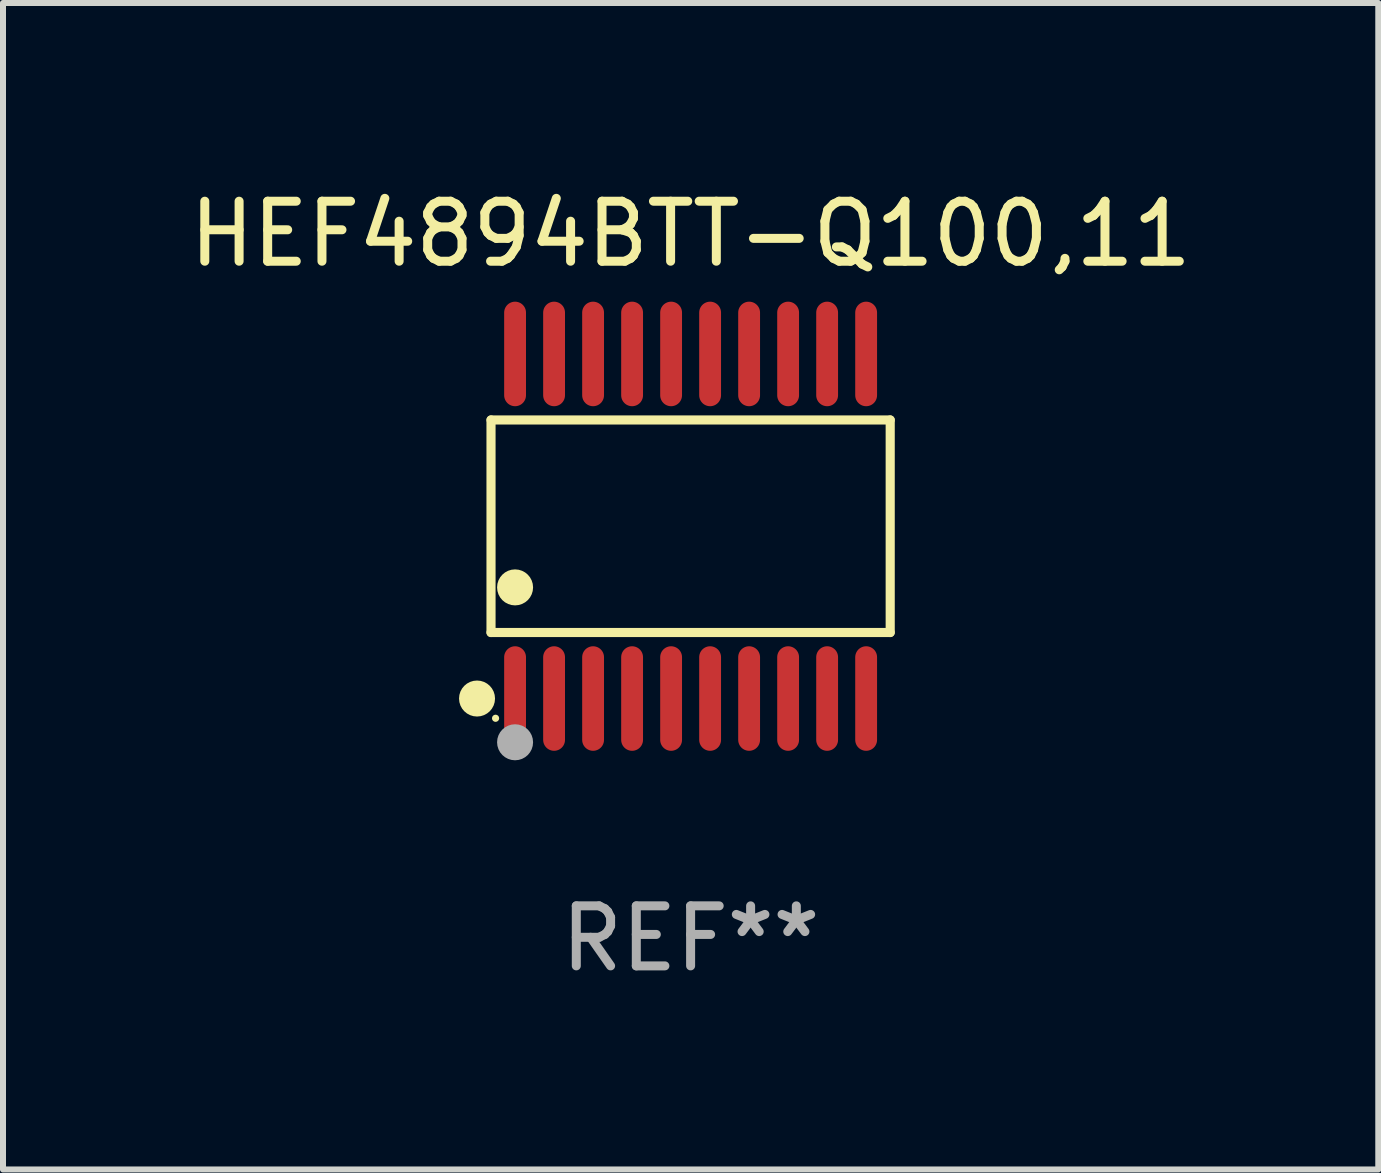
<source format=kicad_pcb>
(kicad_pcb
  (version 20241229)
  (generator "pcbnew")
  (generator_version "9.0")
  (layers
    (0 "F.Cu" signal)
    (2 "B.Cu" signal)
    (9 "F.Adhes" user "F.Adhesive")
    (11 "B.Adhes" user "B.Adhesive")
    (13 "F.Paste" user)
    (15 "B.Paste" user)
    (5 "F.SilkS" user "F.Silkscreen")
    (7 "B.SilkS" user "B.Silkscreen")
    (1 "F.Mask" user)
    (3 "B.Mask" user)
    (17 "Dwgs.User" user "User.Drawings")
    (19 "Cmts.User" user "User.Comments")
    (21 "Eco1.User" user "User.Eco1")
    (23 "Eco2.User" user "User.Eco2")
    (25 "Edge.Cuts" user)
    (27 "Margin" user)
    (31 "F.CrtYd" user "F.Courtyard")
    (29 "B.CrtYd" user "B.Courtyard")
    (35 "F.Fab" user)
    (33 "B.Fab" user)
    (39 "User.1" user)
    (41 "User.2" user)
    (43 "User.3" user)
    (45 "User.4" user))
  (footprint "HEF4894BTT-Q100,11"
    (layer "F.Cu")
    (at 8.458 5.719)
    (property "Reference" "HEF4894BTT-Q100,11" (at 0 -4.871 0) (layer "F.SilkS") (effects (font (size 1 1) (thickness 0.15))))
    (attr through_hole)
    (fp_line (start -3.326 -1.771) (end 3.326 -1.771) (stroke (width 0.152) (type solid)) (layer "F.SilkS"))
    (fp_line (start -3.326 1.771) (end -3.326 -1.771) (stroke (width 0.152) (type solid)) (layer "F.SilkS"))
    (fp_line (start 3.326 -1.771) (end 3.326 1.771) (stroke (width 0.152) (type solid)) (layer "F.SilkS"))
    (fp_line (start 3.326 1.771) (end -3.326 1.771) (stroke (width 0.152) (type solid)) (layer "F.SilkS"))
    (fp_circle (center -3.559 2.871) (end -3.409 2.871) (stroke (width 0.3) (type solid)) (fill no) (layer "F.SilkS"))
    (fp_circle (center -3.25 3.2) (end -3.22 3.2) (stroke (width 0.06) (type solid)) (fill no) (layer "F.SilkS"))
    (fp_circle (center -2.925 1.019) (end -2.775 1.019) (stroke (width 0.3) (type solid)) (fill no) (layer "F.SilkS"))
    (fp_circle (center -2.925 3.6) (end -2.775 3.6) (stroke (width 0.3) (type solid)) (fill no) (layer "F.Fab"))
    (fp_text user "REF**" (at 0 6.871 0) (layer "F.Fab") (effects (font (size 1 1) (thickness 0.15))))
    (pad "1" smd oval (at -2.925 2.871) (size 0.364 1.742) (layers "F.Cu" "F.Mask" "F.Paste"))
    (pad "2" smd oval (at -2.275 2.871) (size 0.364 1.742) (layers "F.Cu" "F.Mask" "F.Paste"))
    (pad "3" smd oval (at -1.625 2.871) (size 0.364 1.742) (layers "F.Cu" "F.Mask" "F.Paste"))
    (pad "4" smd oval (at -0.975 2.871) (size 0.364 1.742) (layers "F.Cu" "F.Mask" "F.Paste"))
    (pad "5" smd oval (at -0.325 2.871) (size 0.364 1.742) (layers "F.Cu" "F.Mask" "F.Paste"))
    (pad "6" smd oval (at 0.325 2.871) (size 0.364 1.742) (layers "F.Cu" "F.Mask" "F.Paste"))
    (pad "7" smd oval (at 0.975 2.871) (size 0.364 1.742) (layers "F.Cu" "F.Mask" "F.Paste"))
    (pad "8" smd oval (at 1.625 2.871) (size 0.364 1.742) (layers "F.Cu" "F.Mask" "F.Paste"))
    (pad "9" smd oval (at 2.275 2.871) (size 0.364 1.742) (layers "F.Cu" "F.Mask" "F.Paste"))
    (pad "10" smd oval (at 2.925 2.871) (size 0.364 1.742) (layers "F.Cu" "F.Mask" "F.Paste"))
    (pad "11" smd oval (at 2.925 -2.871) (size 0.364 1.742) (layers "F.Cu" "F.Mask" "F.Paste"))
    (pad "12" smd oval (at 2.275 -2.871) (size 0.364 1.742) (layers "F.Cu" "F.Mask" "F.Paste"))
    (pad "13" smd oval (at 1.625 -2.871) (size 0.364 1.742) (layers "F.Cu" "F.Mask" "F.Paste"))
    (pad "14" smd oval (at 0.975 -2.871) (size 0.364 1.742) (layers "F.Cu" "F.Mask" "F.Paste"))
    (pad "15" smd oval (at 0.325 -2.871) (size 0.364 1.742) (layers "F.Cu" "F.Mask" "F.Paste"))
    (pad "16" smd oval (at -0.325 -2.871) (size 0.364 1.742) (layers "F.Cu" "F.Mask" "F.Paste"))
    (pad "17" smd oval (at -0.975 -2.871) (size 0.364 1.742) (layers "F.Cu" "F.Mask" "F.Paste"))
    (pad "18" smd oval (at -1.625 -2.871) (size 0.364 1.742) (layers "F.Cu" "F.Mask" "F.Paste"))
    (pad "19" smd oval (at -2.275 -2.871) (size 0.364 1.742) (layers "F.Cu" "F.Mask" "F.Paste"))
    (pad "20" smd oval (at -2.925 -2.871) (size 0.364 1.742) (layers "F.Cu" "F.Mask" "F.Paste")))
  (gr_rect
    (start -3 -3)
    (end 19.917 16.438)
    (stroke (width 0.1) (type default))
    (fill no)
    (layer "Edge.Cuts")))
</source>
